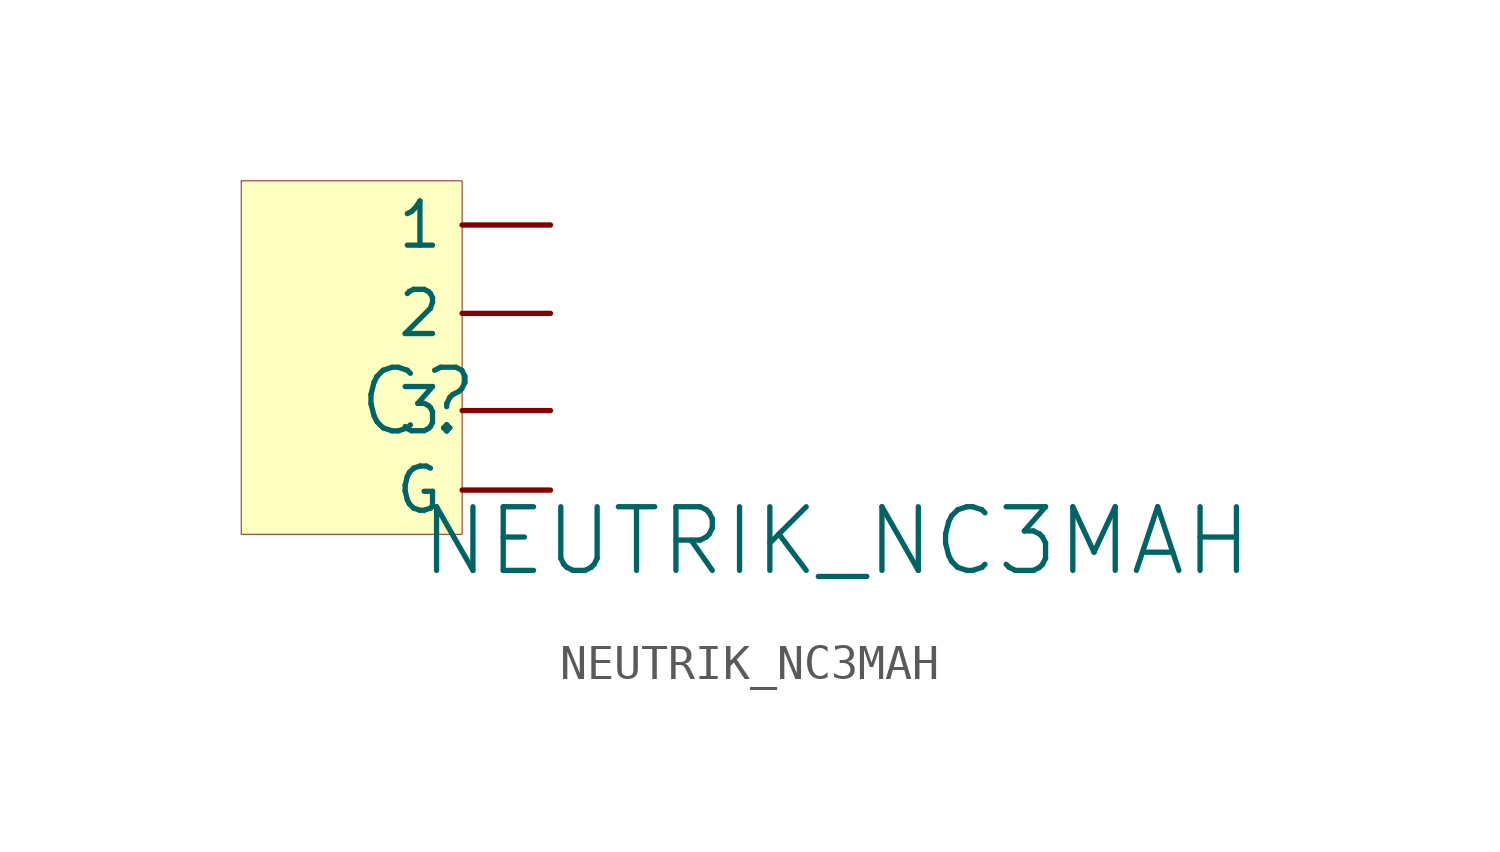
<source format=kicad_sym>
(kicad_symbol_lib
  (version 20241209)
  (generator "kicad_symbol_editor")
  (generator_version "9.0")
  (symbol "NEUTRIK_NC3MAH"
    (pin_numbers
      (hide yes))
    (property "Reference" "C"
      (at -1.27 1.27 0)
      (effects (font (size 1.829 1.829))))
    (property "Value" "NEUTRIK_NC3MAH"
      (at -1.27 -3.81 0)
      (effects (font (size 1.829 1.829)) (justify left bottom)))
    (symbol "NEUTRIK_NC3MAH_1_0"
      (rectangle (start 0 7.62) (end -6.35 -2.54) (stroke (width 0.025) (type solid) (color 128 0 0 1)) (fill (type background)))
      (pin passive line (at 2.54 6.35 180) (length 2.54) (name "1" (effects (font (size 1.27 1.27)))) (number "1" (effects (font (size 1.27 1.27)))))
      (pin passive line (at 2.54 3.81 180) (length 2.54) (name "2" (effects (font (size 1.27 1.27)))) (number "2" (effects (font (size 1.27 1.27)))))
      (pin passive line (at 2.54 1.016 180) (length 2.54) (name "3" (effects (font (size 1.27 1.27)))) (number "3" (effects (font (size 1.27 1.27)))))
      (pin passive line (at 2.54 -1.27 180) (length 2.54) (name "G" (effects (font (size 1.27 1.27)))) (number "G" (effects (font (size 1.27 1.27))))))))
</source>
